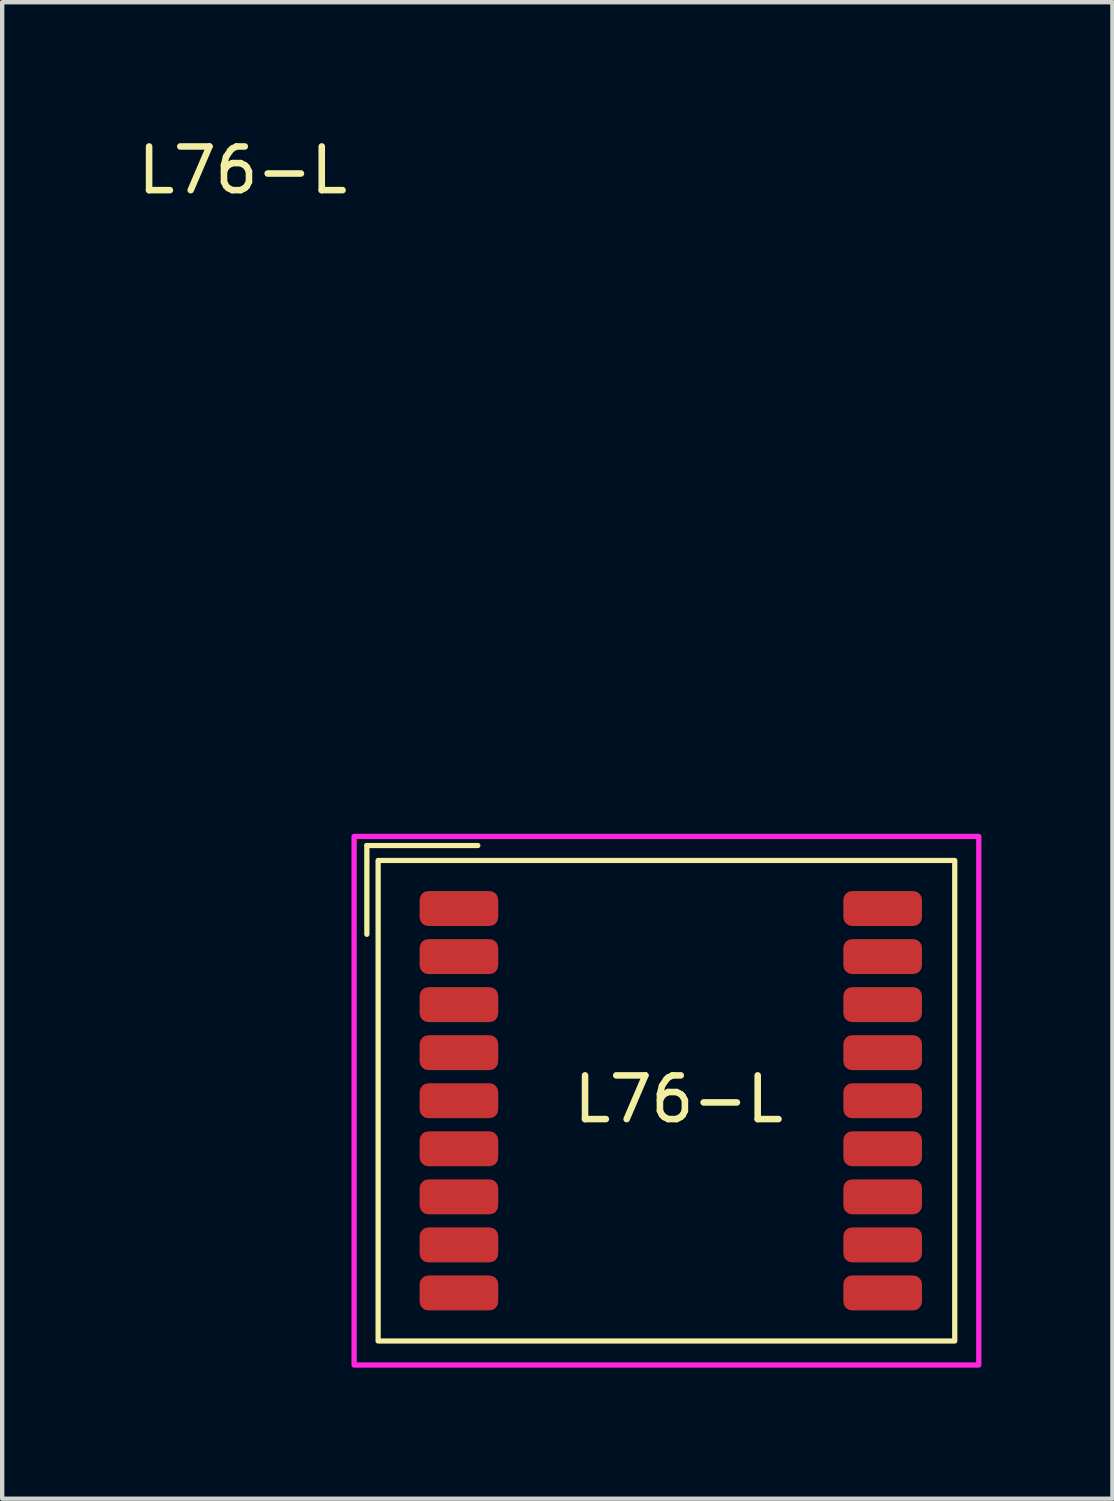
<source format=kicad_pcb>
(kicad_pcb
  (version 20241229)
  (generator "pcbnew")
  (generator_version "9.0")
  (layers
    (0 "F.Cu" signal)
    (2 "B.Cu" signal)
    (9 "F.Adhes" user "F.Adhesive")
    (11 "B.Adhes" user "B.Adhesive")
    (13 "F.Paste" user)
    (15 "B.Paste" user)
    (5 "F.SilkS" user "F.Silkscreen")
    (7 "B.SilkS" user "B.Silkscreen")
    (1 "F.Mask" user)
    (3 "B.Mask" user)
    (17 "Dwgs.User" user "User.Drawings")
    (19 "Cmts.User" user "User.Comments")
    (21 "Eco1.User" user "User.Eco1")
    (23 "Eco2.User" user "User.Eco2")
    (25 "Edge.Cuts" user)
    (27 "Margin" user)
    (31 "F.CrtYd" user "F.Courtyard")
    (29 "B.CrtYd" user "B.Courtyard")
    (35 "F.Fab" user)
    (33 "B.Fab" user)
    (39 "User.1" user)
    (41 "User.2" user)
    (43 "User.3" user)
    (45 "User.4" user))
  (footprint "L76-L"
    (layer "F.Cu")
    (at 12.206 22.148)
    (property "Reference" "L76-L" (at -9.7 -21.3 0) (unlocked yes) (layer "F.SilkS") (effects (font (size 1 1) (thickness 0.15))))
    (attr smd)
    (fp_line (start -6.858 -5.842) (end -4.318 -5.842) (stroke (width 0.12) (type default)) (layer "F.SilkS"))
    (fp_line (start -6.858 -3.81) (end -6.858 -5.842) (stroke (width 0.12) (type default)) (layer "F.SilkS"))
    (fp_rect (start -6.6 -5.5) (end 6.6 5.5) (stroke (width 0.12) (type default)) (fill no) (layer "F.SilkS"))
    (fp_rect (start -7.15 -6.05) (end 7.15 6.05) (stroke (width 0.12) (type default)) (fill no) (layer "F.CrtYd"))
    (fp_text user "L76-L" (at -2.2 0.55 0) (unlocked yes) (layer "F.SilkS") (effects (font (size 1 1) (thickness 0.15)) (justify left bottom)))
    (pad "1" smd roundrect (at -4.75 -4.4) (size 1.8 0.8) (layers "F.Cu" "F.Mask" "F.Paste") (roundrect_rratio 0.25))
    (pad "2" smd roundrect (at -4.75 -3.3) (size 1.8 0.8) (layers "F.Cu" "F.Mask" "F.Paste") (roundrect_rratio 0.25))
    (pad "3" smd roundrect (at -4.75 -2.2) (size 1.8 0.8) (layers "F.Cu" "F.Mask" "F.Paste") (roundrect_rratio 0.25))
    (pad "4" smd roundrect (at -4.75 -1.1) (size 1.8 0.8) (layers "F.Cu" "F.Mask" "F.Paste") (roundrect_rratio 0.25))
    (pad "5" smd roundrect (at -4.75 0) (size 1.8 0.8) (layers "F.Cu" "F.Mask" "F.Paste") (roundrect_rratio 0.25))
    (pad "6" smd roundrect (at -4.75 1.1) (size 1.8 0.8) (layers "F.Cu" "F.Mask" "F.Paste") (roundrect_rratio 0.25))
    (pad "7" smd roundrect (at -4.75 2.2) (size 1.8 0.8) (layers "F.Cu" "F.Mask" "F.Paste") (roundrect_rratio 0.25))
    (pad "8" smd roundrect (at -4.75 3.3) (size 1.8 0.8) (layers "F.Cu" "F.Mask" "F.Paste") (roundrect_rratio 0.25))
    (pad "9" smd roundrect (at -4.75 4.4) (size 1.8 0.8) (layers "F.Cu" "F.Mask" "F.Paste") (roundrect_rratio 0.25))
    (pad "10" smd roundrect (at 4.95 4.4) (size 1.8 0.8) (layers "F.Cu" "F.Mask" "F.Paste") (roundrect_rratio 0.25))
    (pad "11" smd roundrect (at 4.95 3.3) (size 1.8 0.8) (layers "F.Cu" "F.Mask" "F.Paste") (roundrect_rratio 0.25))
    (pad "12" smd roundrect (at 4.95 2.2) (size 1.8 0.8) (layers "F.Cu" "F.Mask" "F.Paste") (roundrect_rratio 0.25))
    (pad "13" smd roundrect (at 4.95 1.1) (size 1.8 0.8) (layers "F.Cu" "F.Mask" "F.Paste") (roundrect_rratio 0.25))
    (pad "14" smd roundrect (at 4.95 0) (size 1.8 0.8) (layers "F.Cu" "F.Mask" "F.Paste") (roundrect_rratio 0.25))
    (pad "15" smd roundrect (at 4.95 -1.1) (size 1.8 0.8) (layers "F.Cu" "F.Mask" "F.Paste") (roundrect_rratio 0.25))
    (pad "16" smd roundrect (at 4.95 -2.2) (size 1.8 0.8) (layers "F.Cu" "F.Mask" "F.Paste") (roundrect_rratio 0.25))
    (pad "17" smd roundrect (at 4.95 -3.3) (size 1.8 0.8) (layers "F.Cu" "F.Mask" "F.Paste") (roundrect_rratio 0.25))
    (pad "18" smd roundrect (at 4.95 -4.4) (size 1.8 0.8) (layers "F.Cu" "F.Mask" "F.Paste") (roundrect_rratio 0.25)))
  (gr_rect
    (start -3 -3)
    (end 22.416 31.258)
    (stroke (width 0.1) (type default))
    (fill no)
    (layer "Edge.Cuts")))
</source>
